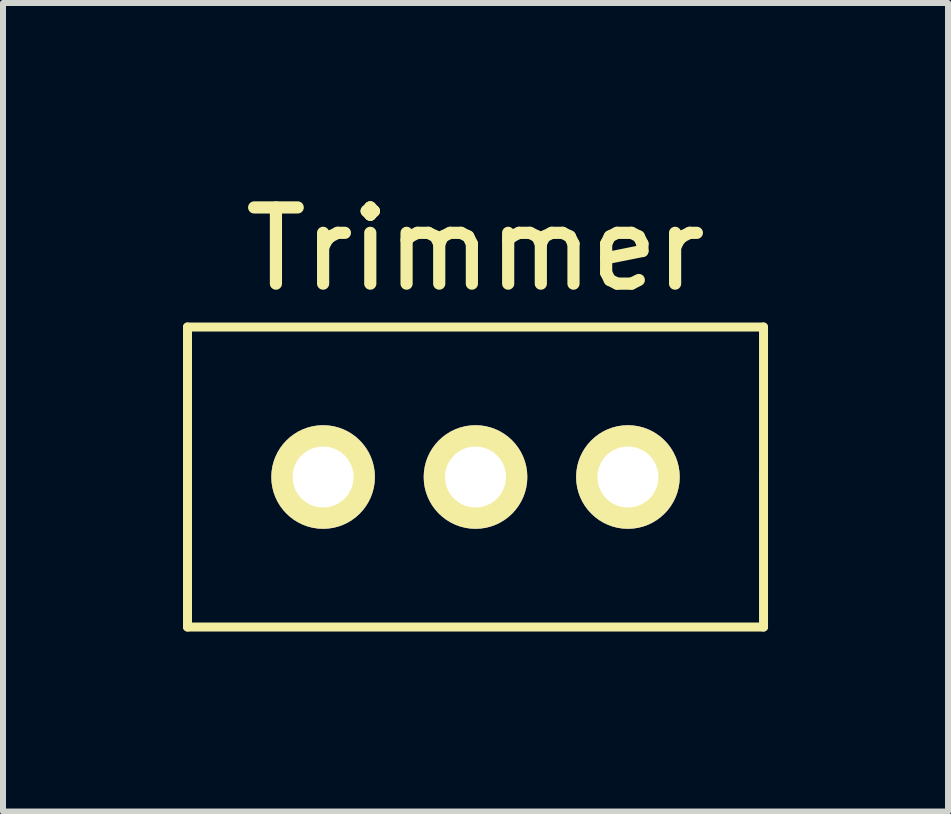
<source format=kicad_pcb>
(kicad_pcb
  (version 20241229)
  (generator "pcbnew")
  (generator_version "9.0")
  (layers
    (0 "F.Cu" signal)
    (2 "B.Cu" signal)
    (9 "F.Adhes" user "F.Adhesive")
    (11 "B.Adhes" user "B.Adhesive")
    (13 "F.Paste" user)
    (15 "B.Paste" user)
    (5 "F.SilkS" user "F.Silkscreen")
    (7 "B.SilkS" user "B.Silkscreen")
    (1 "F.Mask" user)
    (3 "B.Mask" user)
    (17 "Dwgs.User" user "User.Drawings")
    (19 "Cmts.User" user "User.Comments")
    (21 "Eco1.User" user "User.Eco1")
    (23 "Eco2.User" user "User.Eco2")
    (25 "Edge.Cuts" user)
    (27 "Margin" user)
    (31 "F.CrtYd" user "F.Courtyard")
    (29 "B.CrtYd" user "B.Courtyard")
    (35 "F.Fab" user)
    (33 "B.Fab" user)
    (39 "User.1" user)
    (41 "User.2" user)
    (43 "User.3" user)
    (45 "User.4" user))
  (footprint "Trimmer"
    (layer "F.Cu")
    (at 4.875 4.9)
    (property "Reference" "Trimmer" (at 0 -3.8 0) (layer "F.SilkS") (effects (font (size 1.27 1.27) (thickness 0.203))))
    (attr through_hole)
    (fp_line (start -4.8 -2.5) (end -4.8 2.5) (stroke (width 0.15) (type solid)) (layer "F.SilkS"))
    (fp_line (start -4.8 2.5) (end 4.8 2.5) (stroke (width 0.15) (type solid)) (layer "F.SilkS"))
    (fp_line (start 4.8 -2.5) (end -4.8 -2.5) (stroke (width 0.15) (type solid)) (layer "F.SilkS"))
    (fp_line (start 4.8 0) (end 4.8 -2.5) (stroke (width 0.15) (type solid)) (layer "F.SilkS"))
    (fp_line (start 4.8 2.5) (end 4.8 0) (stroke (width 0.15) (type solid)) (layer "F.SilkS"))
    (pad "1" thru_hole circle (at -2.54 0) (size 1.727 1.727) (drill 1.016) (layers "*.Cu" "*.Mask" "F.SilkS"))
    (pad "2" thru_hole circle (at 0 0) (size 1.727 1.727) (drill 1.016) (layers "*.Cu" "*.Mask" "F.SilkS"))
    (pad "3" thru_hole circle (at 2.54 0) (size 1.727 1.727) (drill 1.016) (layers "*.Cu" "*.Mask" "F.SilkS")))
  (gr_rect
    (start -3 -3)
    (end 12.75 10.475)
    (stroke (width 0.1) (type default))
    (fill no)
    (layer "Edge.Cuts")))
</source>
